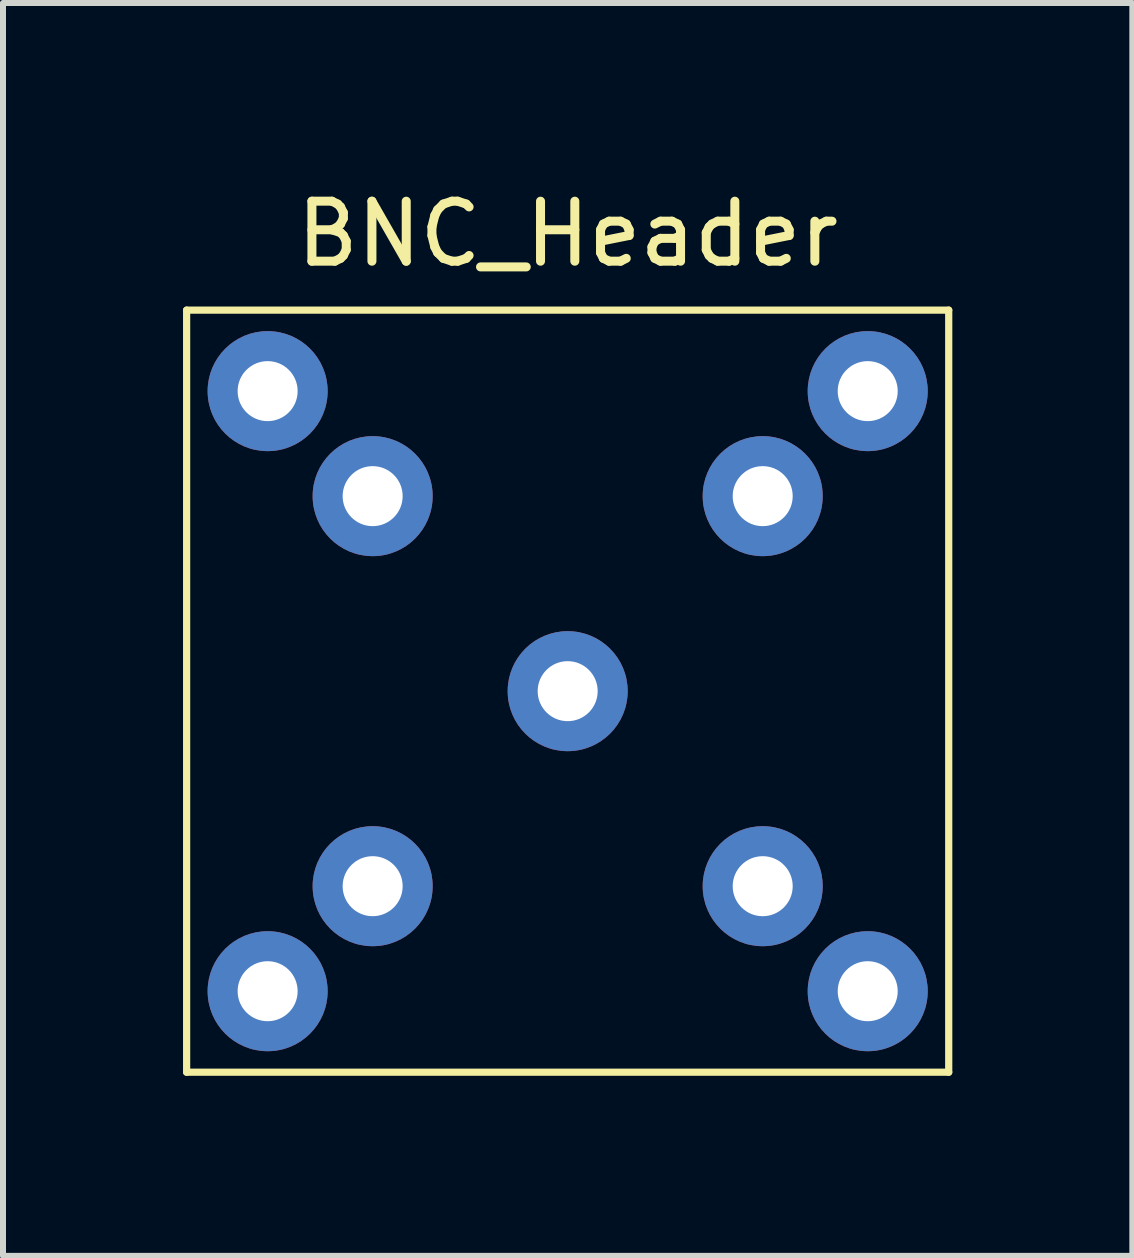
<source format=kicad_pcb>
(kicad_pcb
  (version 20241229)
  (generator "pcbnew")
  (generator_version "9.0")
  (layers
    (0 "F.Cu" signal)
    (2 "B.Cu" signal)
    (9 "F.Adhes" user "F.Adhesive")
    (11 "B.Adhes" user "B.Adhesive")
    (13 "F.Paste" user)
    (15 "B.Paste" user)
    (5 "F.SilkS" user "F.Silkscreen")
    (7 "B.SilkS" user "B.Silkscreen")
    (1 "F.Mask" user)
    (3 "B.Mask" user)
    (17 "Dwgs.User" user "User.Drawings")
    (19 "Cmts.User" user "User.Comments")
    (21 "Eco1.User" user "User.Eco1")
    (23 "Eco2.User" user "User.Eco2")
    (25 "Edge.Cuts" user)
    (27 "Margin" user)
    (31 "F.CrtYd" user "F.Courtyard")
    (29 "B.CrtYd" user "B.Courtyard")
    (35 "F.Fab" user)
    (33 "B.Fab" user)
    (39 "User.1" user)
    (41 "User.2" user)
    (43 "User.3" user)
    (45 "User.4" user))
  (footprint "BNC_Header"
    (layer "F.Cu")
    (at 6.41 8.468)
    (property "Reference" "BNC_Header" (at 0 -7.62 0) (layer "F.SilkS") (effects (font (size 1 1) (thickness 0.15))))
    (attr through_hole)
    (fp_line (start -6.35 -6.35) (end 6.35 -6.35) (stroke (width 0.12) (type solid)) (layer "F.SilkS"))
    (fp_line (start -6.35 6.35) (end -6.35 -6.35) (stroke (width 0.12) (type solid)) (layer "F.SilkS"))
    (fp_line (start 6.35 -6.35) (end 6.35 6.35) (stroke (width 0.12) (type solid)) (layer "F.SilkS"))
    (fp_line (start 6.35 6.35) (end -6.35 6.35) (stroke (width 0.12) (type solid)) (layer "F.SilkS"))
    (pad "1" thru_hole circle (at 0 0) (size 2 2) (drill 1) (layers "*.Cu" "*.Mask"))
    (pad "2" thru_hole circle (at -5 -5) (size 2 2) (drill 1) (layers "*.Cu" "*.Mask"))
    (pad "2" thru_hole circle (at -5 5) (size 2 2) (drill 1) (layers "*.Cu" "*.Mask"))
    (pad "2" thru_hole circle (at -3.25 -3.25) (size 2 2) (drill 1) (layers "*.Cu" "*.Mask"))
    (pad "2" thru_hole circle (at -3.25 3.25) (size 2 2) (drill 1) (layers "*.Cu" "*.Mask"))
    (pad "2" thru_hole circle (at 3.25 -3.25) (size 2 2) (drill 1) (layers "*.Cu" "*.Mask"))
    (pad "2" thru_hole circle (at 3.25 3.25) (size 2 2) (drill 1) (layers "*.Cu" "*.Mask"))
    (pad "2" thru_hole circle (at 5 -5) (size 2 2) (drill 1) (layers "*.Cu" "*.Mask"))
    (pad "2" thru_hole circle (at 5 5) (size 2 2) (drill 1) (layers "*.Cu" "*.Mask")))
  (gr_rect
    (start -3 -3)
    (end 15.82 17.878)
    (stroke (width 0.1) (type default))
    (fill no)
    (layer "Edge.Cuts")))
</source>
